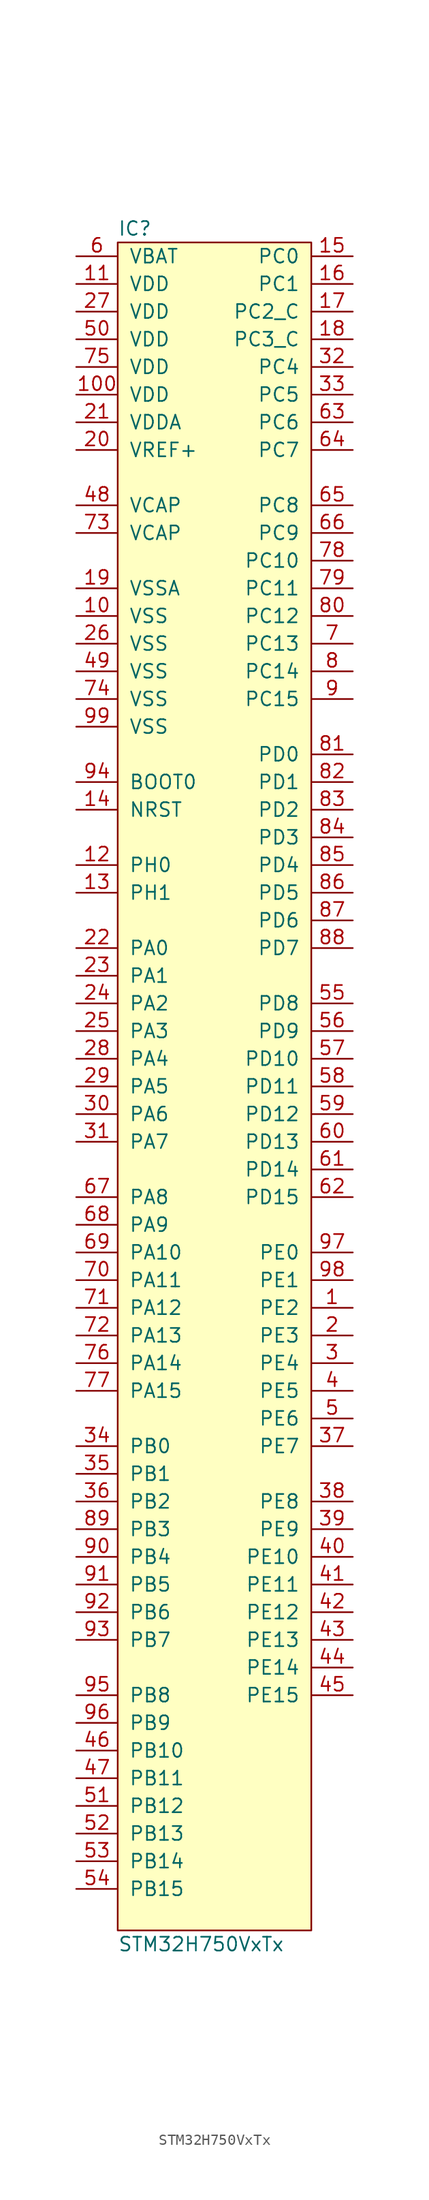
<source format=kicad_sym>
(kicad_symbol_lib
  (version 20211014)
  (generator agg_kicad.build_lib_ic)
  (symbol "STM32H750VxTx"
    (pin_names
      (offset 1.016))
    (property Reference IC
      (at -8.89 78.74 0)
      (effects (font (size 1.27 1.27)) (justify left)))
    (property Value "STM32H750VxTx"
      (at -8.89 -78.74 0)
      (effects (font (size 1.27 1.27)) (justify left)))
    (symbol "STM32H750VxTx_0_0"
      (rectangle (start -8.89 77.47) (end 8.89 -77.47) (stroke (width 0) (type default) (color 0 0 0 0)) (fill (type background)))
      (pin power_in line (at -12.7 76.2 0) (length 3.81) (name VBAT (effects (font (size 1.27 1.27)))) (number "6" (effects (font (size 1.27 1.27)))))
      (pin power_in line (at -12.7 73.66 0) (length 3.81) (name VDD (effects (font (size 1.27 1.27)))) (number "11" (effects (font (size 1.27 1.27)))))
      (pin power_in line (at -12.7 71.12 0) (length 3.81) (name VDD (effects (font (size 1.27 1.27)))) (number "27" (effects (font (size 1.27 1.27)))))
      (pin power_in line (at -12.7 68.58 0) (length 3.81) (name VDD (effects (font (size 1.27 1.27)))) (number "50" (effects (font (size 1.27 1.27)))))
      (pin power_in line (at -12.7 66.04 0) (length 3.81) (name VDD (effects (font (size 1.27 1.27)))) (number "75" (effects (font (size 1.27 1.27)))))
      (pin power_in line (at -12.7 63.5 0) (length 3.81) (name VDD (effects (font (size 1.27 1.27)))) (number "100" (effects (font (size 1.27 1.27)))))
      (pin power_in line (at -12.7 60.96 0) (length 3.81) (name VDDA (effects (font (size 1.27 1.27)))) (number "21" (effects (font (size 1.27 1.27)))))
      (pin power_in line (at -12.7 58.42 0) (length 3.81) (name "VREF+" (effects (font (size 1.27 1.27)))) (number "20" (effects (font (size 1.27 1.27)))))
      (pin passive line (at -12.7 53.34 0) (length 3.81) (name VCAP (effects (font (size 1.27 1.27)))) (number "48" (effects (font (size 1.27 1.27)))))
      (pin passive line (at -12.7 50.8 0) (length 3.81) (name VCAP (effects (font (size 1.27 1.27)))) (number "73" (effects (font (size 1.27 1.27)))))
      (pin power_in line (at -12.7 45.72 0) (length 3.81) (name VSSA (effects (font (size 1.27 1.27)))) (number "19" (effects (font (size 1.27 1.27)))))
      (pin power_in line (at -12.7 43.18 0) (length 3.81) (name VSS (effects (font (size 1.27 1.27)))) (number "10" (effects (font (size 1.27 1.27)))))
      (pin power_in line (at -12.7 40.64 0) (length 3.81) (name VSS (effects (font (size 1.27 1.27)))) (number "26" (effects (font (size 1.27 1.27)))))
      (pin power_in line (at -12.7 38.1 0) (length 3.81) (name VSS (effects (font (size 1.27 1.27)))) (number "49" (effects (font (size 1.27 1.27)))))
      (pin power_in line (at -12.7 35.56 0) (length 3.81) (name VSS (effects (font (size 1.27 1.27)))) (number "74" (effects (font (size 1.27 1.27)))))
      (pin power_in line (at -12.7 33.02 0) (length 3.81) (name VSS (effects (font (size 1.27 1.27)))) (number "99" (effects (font (size 1.27 1.27)))))
      (pin input line (at -12.7 27.94 0) (length 3.81) (name "BOOT0" (effects (font (size 1.27 1.27)))) (number "94" (effects (font (size 1.27 1.27)))))
      (pin input line (at -12.7 25.4 0) (length 3.81) (name NRST (effects (font (size 1.27 1.27)))) (number "14" (effects (font (size 1.27 1.27)))))
      (pin bidirectional line (at -12.7 20.32 0) (length 3.81) (name "PH0" (effects (font (size 1.27 1.27)))) (number "12" (effects (font (size 1.27 1.27)))))
      (pin bidirectional line (at -12.7 17.78 0) (length 3.81) (name "PH1" (effects (font (size 1.27 1.27)))) (number "13" (effects (font (size 1.27 1.27)))))
      (pin bidirectional line (at -12.7 12.7 0) (length 3.81) (name "PA0" (effects (font (size 1.27 1.27)))) (number "22" (effects (font (size 1.27 1.27)))))
      (pin bidirectional line (at -12.7 10.16 0) (length 3.81) (name "PA1" (effects (font (size 1.27 1.27)))) (number "23" (effects (font (size 1.27 1.27)))))
      (pin bidirectional line (at -12.7 7.62 0) (length 3.81) (name "PA2" (effects (font (size 1.27 1.27)))) (number "24" (effects (font (size 1.27 1.27)))))
      (pin bidirectional line (at -12.7 5.08 0) (length 3.81) (name "PA3" (effects (font (size 1.27 1.27)))) (number "25" (effects (font (size 1.27 1.27)))))
      (pin bidirectional line (at -12.7 2.54 0) (length 3.81) (name "PA4" (effects (font (size 1.27 1.27)))) (number "28" (effects (font (size 1.27 1.27)))))
      (pin bidirectional line (at -12.7 0 0) (length 3.81) (name "PA5" (effects (font (size 1.27 1.27)))) (number "29" (effects (font (size 1.27 1.27)))))
      (pin bidirectional line (at -12.7 -2.54 0) (length 3.81) (name "PA6" (effects (font (size 1.27 1.27)))) (number "30" (effects (font (size 1.27 1.27)))))
      (pin bidirectional line (at -12.7 -5.08 0) (length 3.81) (name "PA7" (effects (font (size 1.27 1.27)))) (number "31" (effects (font (size 1.27 1.27)))))
      (pin bidirectional line (at -12.7 -10.16 0) (length 3.81) (name "PA8" (effects (font (size 1.27 1.27)))) (number "67" (effects (font (size 1.27 1.27)))))
      (pin bidirectional line (at -12.7 -12.7 0) (length 3.81) (name "PA9" (effects (font (size 1.27 1.27)))) (number "68" (effects (font (size 1.27 1.27)))))
      (pin bidirectional line (at -12.7 -15.24 0) (length 3.81) (name "PA10" (effects (font (size 1.27 1.27)))) (number "69" (effects (font (size 1.27 1.27)))))
      (pin bidirectional line (at -12.7 -17.78 0) (length 3.81) (name "PA11" (effects (font (size 1.27 1.27)))) (number "70" (effects (font (size 1.27 1.27)))))
      (pin bidirectional line (at -12.7 -20.32 0) (length 3.81) (name "PA12" (effects (font (size 1.27 1.27)))) (number "71" (effects (font (size 1.27 1.27)))))
      (pin bidirectional line (at -12.7 -22.86 0) (length 3.81) (name "PA13" (effects (font (size 1.27 1.27)))) (number "72" (effects (font (size 1.27 1.27)))))
      (pin bidirectional line (at -12.7 -25.4 0) (length 3.81) (name "PA14" (effects (font (size 1.27 1.27)))) (number "76" (effects (font (size 1.27 1.27)))))
      (pin bidirectional line (at -12.7 -27.94 0) (length 3.81) (name "PA15" (effects (font (size 1.27 1.27)))) (number "77" (effects (font (size 1.27 1.27)))))
      (pin bidirectional line (at -12.7 -33.02 0) (length 3.81) (name "PB0" (effects (font (size 1.27 1.27)))) (number "34" (effects (font (size 1.27 1.27)))))
      (pin bidirectional line (at -12.7 -35.56 0) (length 3.81) (name "PB1" (effects (font (size 1.27 1.27)))) (number "35" (effects (font (size 1.27 1.27)))))
      (pin bidirectional line (at -12.7 -38.1 0) (length 3.81) (name "PB2" (effects (font (size 1.27 1.27)))) (number "36" (effects (font (size 1.27 1.27)))))
      (pin bidirectional line (at -12.7 -40.64 0) (length 3.81) (name "PB3" (effects (font (size 1.27 1.27)))) (number "89" (effects (font (size 1.27 1.27)))))
      (pin bidirectional line (at -12.7 -43.18 0) (length 3.81) (name "PB4" (effects (font (size 1.27 1.27)))) (number "90" (effects (font (size 1.27 1.27)))))
      (pin bidirectional line (at -12.7 -45.72 0) (length 3.81) (name "PB5" (effects (font (size 1.27 1.27)))) (number "91" (effects (font (size 1.27 1.27)))))
      (pin bidirectional line (at -12.7 -48.26 0) (length 3.81) (name "PB6" (effects (font (size 1.27 1.27)))) (number "92" (effects (font (size 1.27 1.27)))))
      (pin bidirectional line (at -12.7 -50.8 0) (length 3.81) (name "PB7" (effects (font (size 1.27 1.27)))) (number "93" (effects (font (size 1.27 1.27)))))
      (pin bidirectional line (at -12.7 -55.88 0) (length 3.81) (name "PB8" (effects (font (size 1.27 1.27)))) (number "95" (effects (font (size 1.27 1.27)))))
      (pin bidirectional line (at -12.7 -58.42 0) (length 3.81) (name "PB9" (effects (font (size 1.27 1.27)))) (number "96" (effects (font (size 1.27 1.27)))))
      (pin bidirectional line (at -12.7 -60.96 0) (length 3.81) (name "PB10" (effects (font (size 1.27 1.27)))) (number "46" (effects (font (size 1.27 1.27)))))
      (pin bidirectional line (at -12.7 -63.5 0) (length 3.81) (name "PB11" (effects (font (size 1.27 1.27)))) (number "47" (effects (font (size 1.27 1.27)))))
      (pin bidirectional line (at -12.7 -66.04 0) (length 3.81) (name "PB12" (effects (font (size 1.27 1.27)))) (number "51" (effects (font (size 1.27 1.27)))))
      (pin bidirectional line (at -12.7 -68.58 0) (length 3.81) (name "PB13" (effects (font (size 1.27 1.27)))) (number "52" (effects (font (size 1.27 1.27)))))
      (pin bidirectional line (at -12.7 -71.12 0) (length 3.81) (name "PB14" (effects (font (size 1.27 1.27)))) (number "53" (effects (font (size 1.27 1.27)))))
      (pin bidirectional line (at -12.7 -73.66 0) (length 3.81) (name "PB15" (effects (font (size 1.27 1.27)))) (number "54" (effects (font (size 1.27 1.27)))))
      (pin bidirectional line (at 12.7 76.2 180) (length 3.81) (name "PC0" (effects (font (size 1.27 1.27)))) (number "15" (effects (font (size 1.27 1.27)))))
      (pin bidirectional line (at 12.7 73.66 180) (length 3.81) (name "PC1" (effects (font (size 1.27 1.27)))) (number "16" (effects (font (size 1.27 1.27)))))
      (pin bidirectional line (at 12.7 71.12 180) (length 3.81) (name "PC2_C" (effects (font (size 1.27 1.27)))) (number "17" (effects (font (size 1.27 1.27)))))
      (pin bidirectional line (at 12.7 68.58 180) (length 3.81) (name "PC3_C" (effects (font (size 1.27 1.27)))) (number "18" (effects (font (size 1.27 1.27)))))
      (pin bidirectional line (at 12.7 66.04 180) (length 3.81) (name "PC4" (effects (font (size 1.27 1.27)))) (number "32" (effects (font (size 1.27 1.27)))))
      (pin bidirectional line (at 12.7 63.5 180) (length 3.81) (name "PC5" (effects (font (size 1.27 1.27)))) (number "33" (effects (font (size 1.27 1.27)))))
      (pin bidirectional line (at 12.7 60.96 180) (length 3.81) (name "PC6" (effects (font (size 1.27 1.27)))) (number "63" (effects (font (size 1.27 1.27)))))
      (pin bidirectional line (at 12.7 58.42 180) (length 3.81) (name "PC7" (effects (font (size 1.27 1.27)))) (number "64" (effects (font (size 1.27 1.27)))))
      (pin bidirectional line (at 12.7 53.34 180) (length 3.81) (name "PC8" (effects (font (size 1.27 1.27)))) (number "65" (effects (font (size 1.27 1.27)))))
      (pin bidirectional line (at 12.7 50.8 180) (length 3.81) (name "PC9" (effects (font (size 1.27 1.27)))) (number "66" (effects (font (size 1.27 1.27)))))
      (pin bidirectional line (at 12.7 48.26 180) (length 3.81) (name "PC10" (effects (font (size 1.27 1.27)))) (number "78" (effects (font (size 1.27 1.27)))))
      (pin bidirectional line (at 12.7 45.72 180) (length 3.81) (name "PC11" (effects (font (size 1.27 1.27)))) (number "79" (effects (font (size 1.27 1.27)))))
      (pin bidirectional line (at 12.7 43.18 180) (length 3.81) (name "PC12" (effects (font (size 1.27 1.27)))) (number "80" (effects (font (size 1.27 1.27)))))
      (pin bidirectional line (at 12.7 40.64 180) (length 3.81) (name "PC13" (effects (font (size 1.27 1.27)))) (number "7" (effects (font (size 1.27 1.27)))))
      (pin bidirectional line (at 12.7 38.1 180) (length 3.81) (name "PC14" (effects (font (size 1.27 1.27)))) (number "8" (effects (font (size 1.27 1.27)))))
      (pin bidirectional line (at 12.7 35.56 180) (length 3.81) (name "PC15" (effects (font (size 1.27 1.27)))) (number "9" (effects (font (size 1.27 1.27)))))
      (pin bidirectional line (at 12.7 30.48 180) (length 3.81) (name "PD0" (effects (font (size 1.27 1.27)))) (number "81" (effects (font (size 1.27 1.27)))))
      (pin bidirectional line (at 12.7 27.94 180) (length 3.81) (name "PD1" (effects (font (size 1.27 1.27)))) (number "82" (effects (font (size 1.27 1.27)))))
      (pin bidirectional line (at 12.7 25.4 180) (length 3.81) (name "PD2" (effects (font (size 1.27 1.27)))) (number "83" (effects (font (size 1.27 1.27)))))
      (pin bidirectional line (at 12.7 22.86 180) (length 3.81) (name "PD3" (effects (font (size 1.27 1.27)))) (number "84" (effects (font (size 1.27 1.27)))))
      (pin bidirectional line (at 12.7 20.32 180) (length 3.81) (name "PD4" (effects (font (size 1.27 1.27)))) (number "85" (effects (font (size 1.27 1.27)))))
      (pin bidirectional line (at 12.7 17.78 180) (length 3.81) (name "PD5" (effects (font (size 1.27 1.27)))) (number "86" (effects (font (size 1.27 1.27)))))
      (pin bidirectional line (at 12.7 15.24 180) (length 3.81) (name "PD6" (effects (font (size 1.27 1.27)))) (number "87" (effects (font (size 1.27 1.27)))))
      (pin bidirectional line (at 12.7 12.7 180) (length 3.81) (name "PD7" (effects (font (size 1.27 1.27)))) (number "88" (effects (font (size 1.27 1.27)))))
      (pin bidirectional line (at 12.7 7.62 180) (length 3.81) (name "PD8" (effects (font (size 1.27 1.27)))) (number "55" (effects (font (size 1.27 1.27)))))
      (pin bidirectional line (at 12.7 5.08 180) (length 3.81) (name "PD9" (effects (font (size 1.27 1.27)))) (number "56" (effects (font (size 1.27 1.27)))))
      (pin bidirectional line (at 12.7 2.54 180) (length 3.81) (name "PD10" (effects (font (size 1.27 1.27)))) (number "57" (effects (font (size 1.27 1.27)))))
      (pin bidirectional line (at 12.7 0 180) (length 3.81) (name "PD11" (effects (font (size 1.27 1.27)))) (number "58" (effects (font (size 1.27 1.27)))))
      (pin bidirectional line (at 12.7 -2.54 180) (length 3.81) (name "PD12" (effects (font (size 1.27 1.27)))) (number "59" (effects (font (size 1.27 1.27)))))
      (pin bidirectional line (at 12.7 -5.08 180) (length 3.81) (name "PD13" (effects (font (size 1.27 1.27)))) (number "60" (effects (font (size 1.27 1.27)))))
      (pin bidirectional line (at 12.7 -7.62 180) (length 3.81) (name "PD14" (effects (font (size 1.27 1.27)))) (number "61" (effects (font (size 1.27 1.27)))))
      (pin bidirectional line (at 12.7 -10.16 180) (length 3.81) (name "PD15" (effects (font (size 1.27 1.27)))) (number "62" (effects (font (size 1.27 1.27)))))
      (pin bidirectional line (at 12.7 -15.24 180) (length 3.81) (name "PE0" (effects (font (size 1.27 1.27)))) (number "97" (effects (font (size 1.27 1.27)))))
      (pin bidirectional line (at 12.7 -17.78 180) (length 3.81) (name "PE1" (effects (font (size 1.27 1.27)))) (number "98" (effects (font (size 1.27 1.27)))))
      (pin bidirectional line (at 12.7 -20.32 180) (length 3.81) (name "PE2" (effects (font (size 1.27 1.27)))) (number "1" (effects (font (size 1.27 1.27)))))
      (pin bidirectional line (at 12.7 -22.86 180) (length 3.81) (name "PE3" (effects (font (size 1.27 1.27)))) (number "2" (effects (font (size 1.27 1.27)))))
      (pin bidirectional line (at 12.7 -25.4 180) (length 3.81) (name "PE4" (effects (font (size 1.27 1.27)))) (number "3" (effects (font (size 1.27 1.27)))))
      (pin bidirectional line (at 12.7 -27.94 180) (length 3.81) (name "PE5" (effects (font (size 1.27 1.27)))) (number "4" (effects (font (size 1.27 1.27)))))
      (pin bidirectional line (at 12.7 -30.48 180) (length 3.81) (name "PE6" (effects (font (size 1.27 1.27)))) (number "5" (effects (font (size 1.27 1.27)))))
      (pin bidirectional line (at 12.7 -33.02 180) (length 3.81) (name "PE7" (effects (font (size 1.27 1.27)))) (number "37" (effects (font (size 1.27 1.27)))))
      (pin bidirectional line (at 12.7 -38.1 180) (length 3.81) (name "PE8" (effects (font (size 1.27 1.27)))) (number "38" (effects (font (size 1.27 1.27)))))
      (pin bidirectional line (at 12.7 -40.64 180) (length 3.81) (name "PE9" (effects (font (size 1.27 1.27)))) (number "39" (effects (font (size 1.27 1.27)))))
      (pin bidirectional line (at 12.7 -43.18 180) (length 3.81) (name "PE10" (effects (font (size 1.27 1.27)))) (number "40" (effects (font (size 1.27 1.27)))))
      (pin bidirectional line (at 12.7 -45.72 180) (length 3.81) (name "PE11" (effects (font (size 1.27 1.27)))) (number "41" (effects (font (size 1.27 1.27)))))
      (pin bidirectional line (at 12.7 -48.26 180) (length 3.81) (name "PE12" (effects (font (size 1.27 1.27)))) (number "42" (effects (font (size 1.27 1.27)))))
      (pin bidirectional line (at 12.7 -50.8 180) (length 3.81) (name "PE13" (effects (font (size 1.27 1.27)))) (number "43" (effects (font (size 1.27 1.27)))))
      (pin bidirectional line (at 12.7 -53.34 180) (length 3.81) (name "PE14" (effects (font (size 1.27 1.27)))) (number "44" (effects (font (size 1.27 1.27)))))
      (pin bidirectional line (at 12.7 -55.88 180) (length 3.81) (name "PE15" (effects (font (size 1.27 1.27)))) (number "45" (effects (font (size 1.27 1.27))))))))
</source>
